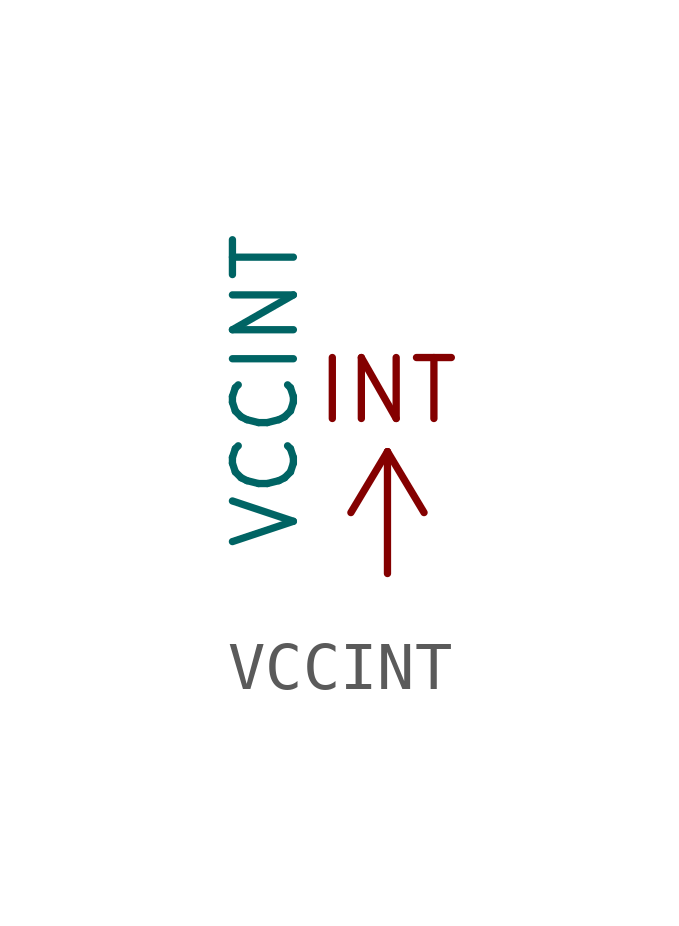
<source format=kicad_sym>
(kicad_symbol_lib
  (version 20211014)
  (generator kicad_symbol_editor)
  (symbol "VCCINT"
    (power)
    (pin_names
      (offset 0))
    (property "Reference" "#PWR"
      (at 0 -3.81 0)
      (effects (font (size 1.27 1.27)) hide))
    (property "Value" "VCCINT"
      (at -2.54 3.81 90)
      (effects (font (size 1.27 1.27))))
    (symbol "VCCINT_0_0"
      (text "INT" (at 0 3.81 0) (effects (font (size 1.27 1.27)))))
    (symbol "VCCINT_0_1"
      (polyline (pts (xy -0.762 1.27) (xy 0 2.54)) (stroke (width 0) (type default) (color 0 0 0 0)) (fill (type none)))
      (polyline (pts (xy 0 0) (xy 0 2.54)) (stroke (width 0) (type default) (color 0 0 0 0)) (fill (type none)))
      (polyline (pts (xy 0 2.54) (xy 0.762 1.27)) (stroke (width 0) (type default) (color 0 0 0 0)) (fill (type none))))
    (symbol "VCCINT_1_1"
      (pin power_in line (at 0 0 90) (length 0) hide (name "VCCINT" (effects (font (size 1.27 1.27)))) (number "1" (effects (font (size 1.27 1.27))))))))
</source>
